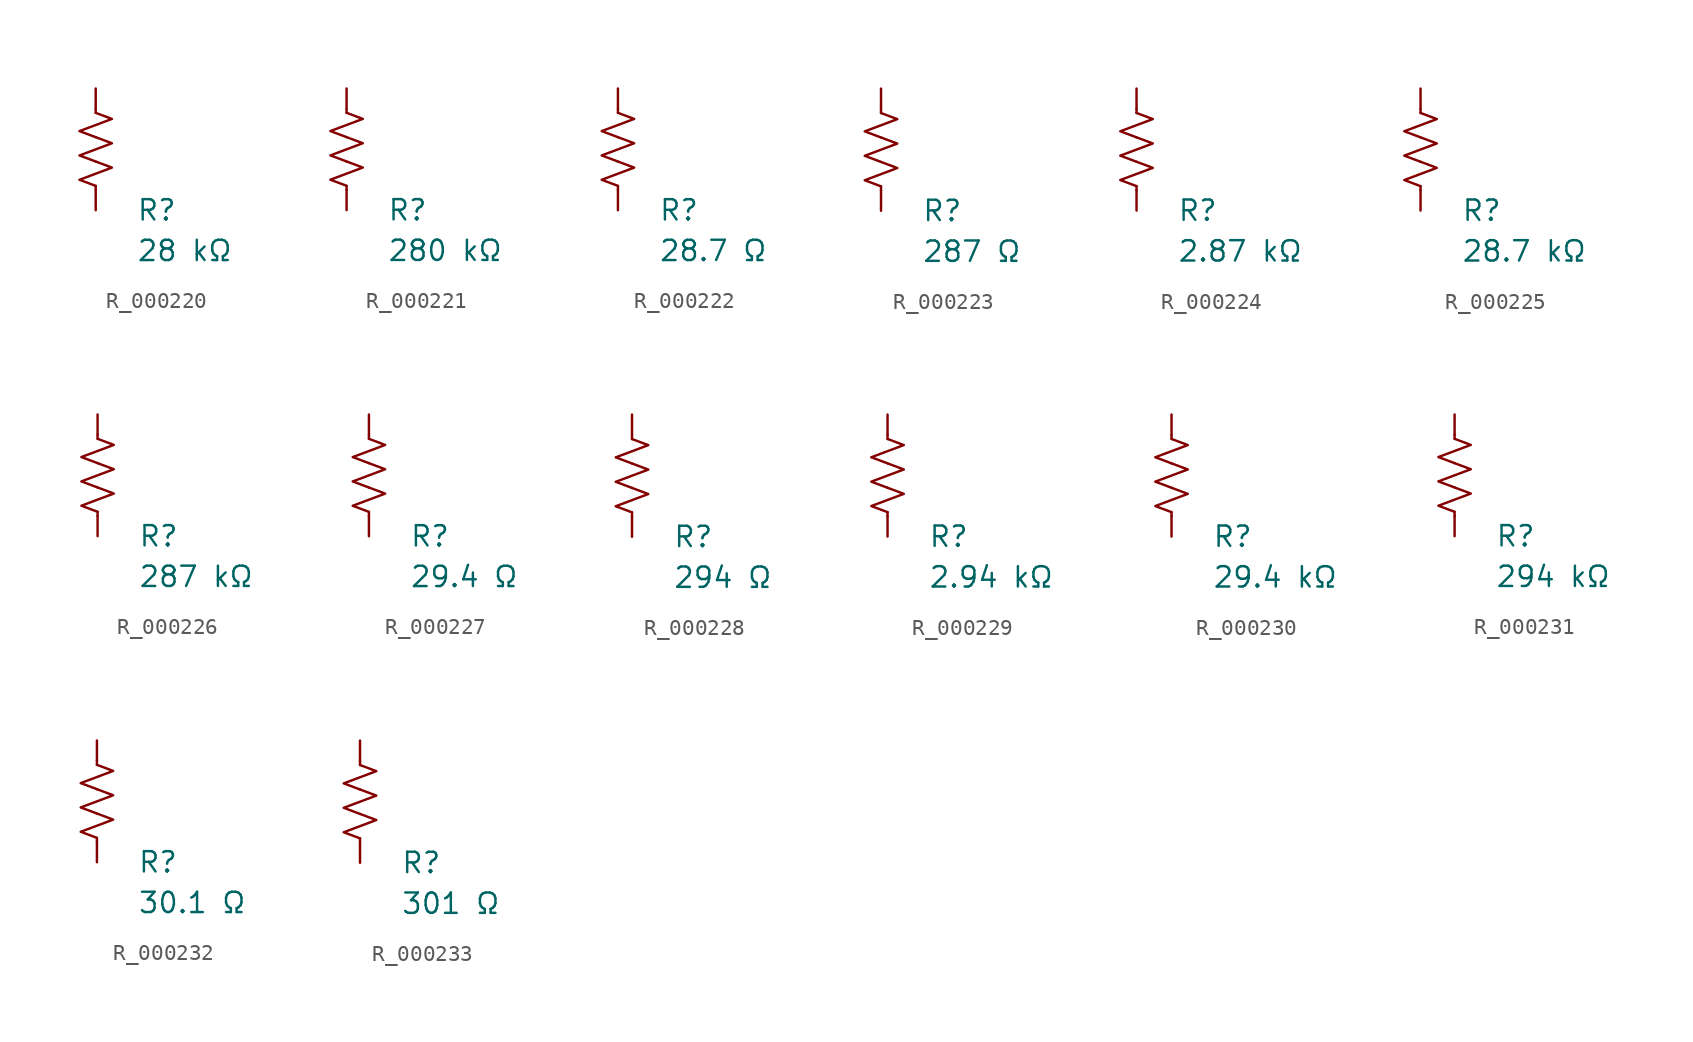
<source format=kicad_sym>
(kicad_symbol_lib
  (version 20231120)
  (generator "kicad_symbol_editor")
  (generator_version "8.0")
  (symbol "R_000220"
    (pin_numbers hide)
    (pin_names
      (offset 0))
    (property "Reference" "R"
      (at 2.54 -3.81 0)
      (effects (font (size 1.27 1.27)) (justify left))
      (show_name no))
    (property "Value" "28 kΩ"
      (at 2.54 -6.35 0)
      (effects (font (size 1.27 1.27)) (justify left))
      (show_name no))
    (symbol "R_000220_0_1"
      (polyline (pts (xy 0 -2.286) (xy 0 -2.54)) (stroke (width 0) (type default)) (fill (type none)))
      (polyline (pts (xy 0 2.286) (xy 0 2.54)) (stroke (width 0) (type default)) (fill (type none)))
      (polyline (pts (xy 0 -0.762) (xy 1.016 -1.143) (xy 0 -1.524) (xy -1.016 -1.905) (xy 0 -2.286)) (stroke (width 0) (type default)) (fill (type none)))
      (polyline (pts (xy 0 0.762) (xy 1.016 0.381) (xy 0 0) (xy -1.016 -0.381) (xy 0 -0.762)) (stroke (width 0) (type default)) (fill (type none)))
      (polyline (pts (xy 0 2.286) (xy 1.016 1.905) (xy 0 1.524) (xy -1.016 1.143) (xy 0 0.762)) (stroke (width 0) (type default)) (fill (type none))))
    (symbol "R_000220_1_1"
      (pin passive line (at 0 3.81 270) (length 1.27) (name "~" (effects (font (size 1.27 1.27)))) (number "1" (effects (font (size 1.27 1.27)))))
      (pin passive line (at 0 -3.81 90) (length 1.27) (name "~" (effects (font (size 1.27 1.27)))) (number "2" (effects (font (size 1.27 1.27)))))))
  (symbol "R_000221"
    (pin_numbers hide)
    (pin_names
      (offset 0))
    (property "Reference" "R"
      (at 2.54 -3.81 0)
      (effects (font (size 1.27 1.27)) (justify left))
      (show_name no))
    (property "Value" "280 kΩ"
      (at 2.54 -6.35 0)
      (effects (font (size 1.27 1.27)) (justify left))
      (show_name no))
    (symbol "R_000221_0_1"
      (polyline (pts (xy 0 -2.286) (xy 0 -2.54)) (stroke (width 0) (type default)) (fill (type none)))
      (polyline (pts (xy 0 2.286) (xy 0 2.54)) (stroke (width 0) (type default)) (fill (type none)))
      (polyline (pts (xy 0 -0.762) (xy 1.016 -1.143) (xy 0 -1.524) (xy -1.016 -1.905) (xy 0 -2.286)) (stroke (width 0) (type default)) (fill (type none)))
      (polyline (pts (xy 0 0.762) (xy 1.016 0.381) (xy 0 0) (xy -1.016 -0.381) (xy 0 -0.762)) (stroke (width 0) (type default)) (fill (type none)))
      (polyline (pts (xy 0 2.286) (xy 1.016 1.905) (xy 0 1.524) (xy -1.016 1.143) (xy 0 0.762)) (stroke (width 0) (type default)) (fill (type none))))
    (symbol "R_000221_1_1"
      (pin passive line (at 0 3.81 270) (length 1.27) (name "~" (effects (font (size 1.27 1.27)))) (number "1" (effects (font (size 1.27 1.27)))))
      (pin passive line (at 0 -3.81 90) (length 1.27) (name "~" (effects (font (size 1.27 1.27)))) (number "2" (effects (font (size 1.27 1.27)))))))
  (symbol "R_000222"
    (pin_numbers hide)
    (pin_names
      (offset 0))
    (property "Reference" "R"
      (at 2.54 -3.81 0)
      (effects (font (size 1.27 1.27)) (justify left))
      (show_name no))
    (property "Value" "28.7 Ω"
      (at 2.54 -6.35 0)
      (effects (font (size 1.27 1.27)) (justify left))
      (show_name no))
    (symbol "R_000222_0_1"
      (polyline (pts (xy 0 -2.286) (xy 0 -2.54)) (stroke (width 0) (type default)) (fill (type none)))
      (polyline (pts (xy 0 2.286) (xy 0 2.54)) (stroke (width 0) (type default)) (fill (type none)))
      (polyline (pts (xy 0 -0.762) (xy 1.016 -1.143) (xy 0 -1.524) (xy -1.016 -1.905) (xy 0 -2.286)) (stroke (width 0) (type default)) (fill (type none)))
      (polyline (pts (xy 0 0.762) (xy 1.016 0.381) (xy 0 0) (xy -1.016 -0.381) (xy 0 -0.762)) (stroke (width 0) (type default)) (fill (type none)))
      (polyline (pts (xy 0 2.286) (xy 1.016 1.905) (xy 0 1.524) (xy -1.016 1.143) (xy 0 0.762)) (stroke (width 0) (type default)) (fill (type none))))
    (symbol "R_000222_1_1"
      (pin passive line (at 0 3.81 270) (length 1.27) (name "~" (effects (font (size 1.27 1.27)))) (number "1" (effects (font (size 1.27 1.27)))))
      (pin passive line (at 0 -3.81 90) (length 1.27) (name "~" (effects (font (size 1.27 1.27)))) (number "2" (effects (font (size 1.27 1.27)))))))
  (symbol "R_000223"
    (pin_numbers hide)
    (pin_names
      (offset 0))
    (property "Reference" "R"
      (at 2.54 -3.81 0)
      (effects (font (size 1.27 1.27)) (justify left))
      (show_name no))
    (property "Value" "287 Ω"
      (at 2.54 -6.35 0)
      (effects (font (size 1.27 1.27)) (justify left))
      (show_name no))
    (symbol "R_000223_0_1"
      (polyline (pts (xy 0 -2.286) (xy 0 -2.54)) (stroke (width 0) (type default)) (fill (type none)))
      (polyline (pts (xy 0 2.286) (xy 0 2.54)) (stroke (width 0) (type default)) (fill (type none)))
      (polyline (pts (xy 0 -0.762) (xy 1.016 -1.143) (xy 0 -1.524) (xy -1.016 -1.905) (xy 0 -2.286)) (stroke (width 0) (type default)) (fill (type none)))
      (polyline (pts (xy 0 0.762) (xy 1.016 0.381) (xy 0 0) (xy -1.016 -0.381) (xy 0 -0.762)) (stroke (width 0) (type default)) (fill (type none)))
      (polyline (pts (xy 0 2.286) (xy 1.016 1.905) (xy 0 1.524) (xy -1.016 1.143) (xy 0 0.762)) (stroke (width 0) (type default)) (fill (type none))))
    (symbol "R_000223_1_1"
      (pin passive line (at 0 3.81 270) (length 1.27) (name "~" (effects (font (size 1.27 1.27)))) (number "1" (effects (font (size 1.27 1.27)))))
      (pin passive line (at 0 -3.81 90) (length 1.27) (name "~" (effects (font (size 1.27 1.27)))) (number "2" (effects (font (size 1.27 1.27)))))))
  (symbol "R_000224"
    (pin_numbers hide)
    (pin_names
      (offset 0))
    (property "Reference" "R"
      (at 2.54 -3.81 0)
      (effects (font (size 1.27 1.27)) (justify left))
      (show_name no))
    (property "Value" "2.87 kΩ"
      (at 2.54 -6.35 0)
      (effects (font (size 1.27 1.27)) (justify left))
      (show_name no))
    (symbol "R_000224_0_1"
      (polyline (pts (xy 0 -2.286) (xy 0 -2.54)) (stroke (width 0) (type default)) (fill (type none)))
      (polyline (pts (xy 0 2.286) (xy 0 2.54)) (stroke (width 0) (type default)) (fill (type none)))
      (polyline (pts (xy 0 -0.762) (xy 1.016 -1.143) (xy 0 -1.524) (xy -1.016 -1.905) (xy 0 -2.286)) (stroke (width 0) (type default)) (fill (type none)))
      (polyline (pts (xy 0 0.762) (xy 1.016 0.381) (xy 0 0) (xy -1.016 -0.381) (xy 0 -0.762)) (stroke (width 0) (type default)) (fill (type none)))
      (polyline (pts (xy 0 2.286) (xy 1.016 1.905) (xy 0 1.524) (xy -1.016 1.143) (xy 0 0.762)) (stroke (width 0) (type default)) (fill (type none))))
    (symbol "R_000224_1_1"
      (pin passive line (at 0 3.81 270) (length 1.27) (name "~" (effects (font (size 1.27 1.27)))) (number "1" (effects (font (size 1.27 1.27)))))
      (pin passive line (at 0 -3.81 90) (length 1.27) (name "~" (effects (font (size 1.27 1.27)))) (number "2" (effects (font (size 1.27 1.27)))))))
  (symbol "R_000225"
    (pin_numbers hide)
    (pin_names
      (offset 0))
    (property "Reference" "R"
      (at 2.54 -3.81 0)
      (effects (font (size 1.27 1.27)) (justify left))
      (show_name no))
    (property "Value" "28.7 kΩ"
      (at 2.54 -6.35 0)
      (effects (font (size 1.27 1.27)) (justify left))
      (show_name no))
    (symbol "R_000225_0_1"
      (polyline (pts (xy 0 -2.286) (xy 0 -2.54)) (stroke (width 0) (type default)) (fill (type none)))
      (polyline (pts (xy 0 2.286) (xy 0 2.54)) (stroke (width 0) (type default)) (fill (type none)))
      (polyline (pts (xy 0 -0.762) (xy 1.016 -1.143) (xy 0 -1.524) (xy -1.016 -1.905) (xy 0 -2.286)) (stroke (width 0) (type default)) (fill (type none)))
      (polyline (pts (xy 0 0.762) (xy 1.016 0.381) (xy 0 0) (xy -1.016 -0.381) (xy 0 -0.762)) (stroke (width 0) (type default)) (fill (type none)))
      (polyline (pts (xy 0 2.286) (xy 1.016 1.905) (xy 0 1.524) (xy -1.016 1.143) (xy 0 0.762)) (stroke (width 0) (type default)) (fill (type none))))
    (symbol "R_000225_1_1"
      (pin passive line (at 0 3.81 270) (length 1.27) (name "~" (effects (font (size 1.27 1.27)))) (number "1" (effects (font (size 1.27 1.27)))))
      (pin passive line (at 0 -3.81 90) (length 1.27) (name "~" (effects (font (size 1.27 1.27)))) (number "2" (effects (font (size 1.27 1.27)))))))
  (symbol "R_000226"
    (pin_numbers hide)
    (pin_names
      (offset 0))
    (property "Reference" "R"
      (at 2.54 -3.81 0)
      (effects (font (size 1.27 1.27)) (justify left))
      (show_name no))
    (property "Value" "287 kΩ"
      (at 2.54 -6.35 0)
      (effects (font (size 1.27 1.27)) (justify left))
      (show_name no))
    (symbol "R_000226_0_1"
      (polyline (pts (xy 0 -2.286) (xy 0 -2.54)) (stroke (width 0) (type default)) (fill (type none)))
      (polyline (pts (xy 0 2.286) (xy 0 2.54)) (stroke (width 0) (type default)) (fill (type none)))
      (polyline (pts (xy 0 -0.762) (xy 1.016 -1.143) (xy 0 -1.524) (xy -1.016 -1.905) (xy 0 -2.286)) (stroke (width 0) (type default)) (fill (type none)))
      (polyline (pts (xy 0 0.762) (xy 1.016 0.381) (xy 0 0) (xy -1.016 -0.381) (xy 0 -0.762)) (stroke (width 0) (type default)) (fill (type none)))
      (polyline (pts (xy 0 2.286) (xy 1.016 1.905) (xy 0 1.524) (xy -1.016 1.143) (xy 0 0.762)) (stroke (width 0) (type default)) (fill (type none))))
    (symbol "R_000226_1_1"
      (pin passive line (at 0 3.81 270) (length 1.27) (name "~" (effects (font (size 1.27 1.27)))) (number "1" (effects (font (size 1.27 1.27)))))
      (pin passive line (at 0 -3.81 90) (length 1.27) (name "~" (effects (font (size 1.27 1.27)))) (number "2" (effects (font (size 1.27 1.27)))))))
  (symbol "R_000227"
    (pin_numbers hide)
    (pin_names
      (offset 0))
    (property "Reference" "R"
      (at 2.54 -3.81 0)
      (effects (font (size 1.27 1.27)) (justify left))
      (show_name no))
    (property "Value" "29.4 Ω"
      (at 2.54 -6.35 0)
      (effects (font (size 1.27 1.27)) (justify left))
      (show_name no))
    (symbol "R_000227_0_1"
      (polyline (pts (xy 0 -2.286) (xy 0 -2.54)) (stroke (width 0) (type default)) (fill (type none)))
      (polyline (pts (xy 0 2.286) (xy 0 2.54)) (stroke (width 0) (type default)) (fill (type none)))
      (polyline (pts (xy 0 -0.762) (xy 1.016 -1.143) (xy 0 -1.524) (xy -1.016 -1.905) (xy 0 -2.286)) (stroke (width 0) (type default)) (fill (type none)))
      (polyline (pts (xy 0 0.762) (xy 1.016 0.381) (xy 0 0) (xy -1.016 -0.381) (xy 0 -0.762)) (stroke (width 0) (type default)) (fill (type none)))
      (polyline (pts (xy 0 2.286) (xy 1.016 1.905) (xy 0 1.524) (xy -1.016 1.143) (xy 0 0.762)) (stroke (width 0) (type default)) (fill (type none))))
    (symbol "R_000227_1_1"
      (pin passive line (at 0 3.81 270) (length 1.27) (name "~" (effects (font (size 1.27 1.27)))) (number "1" (effects (font (size 1.27 1.27)))))
      (pin passive line (at 0 -3.81 90) (length 1.27) (name "~" (effects (font (size 1.27 1.27)))) (number "2" (effects (font (size 1.27 1.27)))))))
  (symbol "R_000228"
    (pin_numbers hide)
    (pin_names
      (offset 0))
    (property "Reference" "R"
      (at 2.54 -3.81 0)
      (effects (font (size 1.27 1.27)) (justify left))
      (show_name no))
    (property "Value" "294 Ω"
      (at 2.54 -6.35 0)
      (effects (font (size 1.27 1.27)) (justify left))
      (show_name no))
    (symbol "R_000228_0_1"
      (polyline (pts (xy 0 -2.286) (xy 0 -2.54)) (stroke (width 0) (type default)) (fill (type none)))
      (polyline (pts (xy 0 2.286) (xy 0 2.54)) (stroke (width 0) (type default)) (fill (type none)))
      (polyline (pts (xy 0 -0.762) (xy 1.016 -1.143) (xy 0 -1.524) (xy -1.016 -1.905) (xy 0 -2.286)) (stroke (width 0) (type default)) (fill (type none)))
      (polyline (pts (xy 0 0.762) (xy 1.016 0.381) (xy 0 0) (xy -1.016 -0.381) (xy 0 -0.762)) (stroke (width 0) (type default)) (fill (type none)))
      (polyline (pts (xy 0 2.286) (xy 1.016 1.905) (xy 0 1.524) (xy -1.016 1.143) (xy 0 0.762)) (stroke (width 0) (type default)) (fill (type none))))
    (symbol "R_000228_1_1"
      (pin passive line (at 0 3.81 270) (length 1.27) (name "~" (effects (font (size 1.27 1.27)))) (number "1" (effects (font (size 1.27 1.27)))))
      (pin passive line (at 0 -3.81 90) (length 1.27) (name "~" (effects (font (size 1.27 1.27)))) (number "2" (effects (font (size 1.27 1.27)))))))
  (symbol "R_000229"
    (pin_numbers hide)
    (pin_names
      (offset 0))
    (property "Reference" "R"
      (at 2.54 -3.81 0)
      (effects (font (size 1.27 1.27)) (justify left))
      (show_name no))
    (property "Value" "2.94 kΩ"
      (at 2.54 -6.35 0)
      (effects (font (size 1.27 1.27)) (justify left))
      (show_name no))
    (symbol "R_000229_0_1"
      (polyline (pts (xy 0 -2.286) (xy 0 -2.54)) (stroke (width 0) (type default)) (fill (type none)))
      (polyline (pts (xy 0 2.286) (xy 0 2.54)) (stroke (width 0) (type default)) (fill (type none)))
      (polyline (pts (xy 0 -0.762) (xy 1.016 -1.143) (xy 0 -1.524) (xy -1.016 -1.905) (xy 0 -2.286)) (stroke (width 0) (type default)) (fill (type none)))
      (polyline (pts (xy 0 0.762) (xy 1.016 0.381) (xy 0 0) (xy -1.016 -0.381) (xy 0 -0.762)) (stroke (width 0) (type default)) (fill (type none)))
      (polyline (pts (xy 0 2.286) (xy 1.016 1.905) (xy 0 1.524) (xy -1.016 1.143) (xy 0 0.762)) (stroke (width 0) (type default)) (fill (type none))))
    (symbol "R_000229_1_1"
      (pin passive line (at 0 3.81 270) (length 1.27) (name "~" (effects (font (size 1.27 1.27)))) (number "1" (effects (font (size 1.27 1.27)))))
      (pin passive line (at 0 -3.81 90) (length 1.27) (name "~" (effects (font (size 1.27 1.27)))) (number "2" (effects (font (size 1.27 1.27)))))))
  (symbol "R_000230"
    (pin_numbers hide)
    (pin_names
      (offset 0))
    (property "Reference" "R"
      (at 2.54 -3.81 0)
      (effects (font (size 1.27 1.27)) (justify left))
      (show_name no))
    (property "Value" "29.4 kΩ"
      (at 2.54 -6.35 0)
      (effects (font (size 1.27 1.27)) (justify left))
      (show_name no))
    (symbol "R_000230_0_1"
      (polyline (pts (xy 0 -2.286) (xy 0 -2.54)) (stroke (width 0) (type default)) (fill (type none)))
      (polyline (pts (xy 0 2.286) (xy 0 2.54)) (stroke (width 0) (type default)) (fill (type none)))
      (polyline (pts (xy 0 -0.762) (xy 1.016 -1.143) (xy 0 -1.524) (xy -1.016 -1.905) (xy 0 -2.286)) (stroke (width 0) (type default)) (fill (type none)))
      (polyline (pts (xy 0 0.762) (xy 1.016 0.381) (xy 0 0) (xy -1.016 -0.381) (xy 0 -0.762)) (stroke (width 0) (type default)) (fill (type none)))
      (polyline (pts (xy 0 2.286) (xy 1.016 1.905) (xy 0 1.524) (xy -1.016 1.143) (xy 0 0.762)) (stroke (width 0) (type default)) (fill (type none))))
    (symbol "R_000230_1_1"
      (pin passive line (at 0 3.81 270) (length 1.27) (name "~" (effects (font (size 1.27 1.27)))) (number "1" (effects (font (size 1.27 1.27)))))
      (pin passive line (at 0 -3.81 90) (length 1.27) (name "~" (effects (font (size 1.27 1.27)))) (number "2" (effects (font (size 1.27 1.27)))))))
  (symbol "R_000231"
    (pin_numbers hide)
    (pin_names
      (offset 0))
    (property "Reference" "R"
      (at 2.54 -3.81 0)
      (effects (font (size 1.27 1.27)) (justify left))
      (show_name no))
    (property "Value" "294 kΩ"
      (at 2.54 -6.35 0)
      (effects (font (size 1.27 1.27)) (justify left))
      (show_name no))
    (symbol "R_000231_0_1"
      (polyline (pts (xy 0 -2.286) (xy 0 -2.54)) (stroke (width 0) (type default)) (fill (type none)))
      (polyline (pts (xy 0 2.286) (xy 0 2.54)) (stroke (width 0) (type default)) (fill (type none)))
      (polyline (pts (xy 0 -0.762) (xy 1.016 -1.143) (xy 0 -1.524) (xy -1.016 -1.905) (xy 0 -2.286)) (stroke (width 0) (type default)) (fill (type none)))
      (polyline (pts (xy 0 0.762) (xy 1.016 0.381) (xy 0 0) (xy -1.016 -0.381) (xy 0 -0.762)) (stroke (width 0) (type default)) (fill (type none)))
      (polyline (pts (xy 0 2.286) (xy 1.016 1.905) (xy 0 1.524) (xy -1.016 1.143) (xy 0 0.762)) (stroke (width 0) (type default)) (fill (type none))))
    (symbol "R_000231_1_1"
      (pin passive line (at 0 3.81 270) (length 1.27) (name "~" (effects (font (size 1.27 1.27)))) (number "1" (effects (font (size 1.27 1.27)))))
      (pin passive line (at 0 -3.81 90) (length 1.27) (name "~" (effects (font (size 1.27 1.27)))) (number "2" (effects (font (size 1.27 1.27)))))))
  (symbol "R_000232"
    (pin_numbers hide)
    (pin_names
      (offset 0))
    (property "Reference" "R"
      (at 2.54 -3.81 0)
      (effects (font (size 1.27 1.27)) (justify left))
      (show_name no))
    (property "Value" "30.1 Ω"
      (at 2.54 -6.35 0)
      (effects (font (size 1.27 1.27)) (justify left))
      (show_name no))
    (symbol "R_000232_0_1"
      (polyline (pts (xy 0 -2.286) (xy 0 -2.54)) (stroke (width 0) (type default)) (fill (type none)))
      (polyline (pts (xy 0 2.286) (xy 0 2.54)) (stroke (width 0) (type default)) (fill (type none)))
      (polyline (pts (xy 0 -0.762) (xy 1.016 -1.143) (xy 0 -1.524) (xy -1.016 -1.905) (xy 0 -2.286)) (stroke (width 0) (type default)) (fill (type none)))
      (polyline (pts (xy 0 0.762) (xy 1.016 0.381) (xy 0 0) (xy -1.016 -0.381) (xy 0 -0.762)) (stroke (width 0) (type default)) (fill (type none)))
      (polyline (pts (xy 0 2.286) (xy 1.016 1.905) (xy 0 1.524) (xy -1.016 1.143) (xy 0 0.762)) (stroke (width 0) (type default)) (fill (type none))))
    (symbol "R_000232_1_1"
      (pin passive line (at 0 3.81 270) (length 1.27) (name "~" (effects (font (size 1.27 1.27)))) (number "1" (effects (font (size 1.27 1.27)))))
      (pin passive line (at 0 -3.81 90) (length 1.27) (name "~" (effects (font (size 1.27 1.27)))) (number "2" (effects (font (size 1.27 1.27)))))))
  (symbol "R_000233"
    (pin_numbers hide)
    (pin_names
      (offset 0))
    (property "Reference" "R"
      (at 2.54 -3.81 0)
      (effects (font (size 1.27 1.27)) (justify left))
      (show_name no))
    (property "Value" "301 Ω"
      (at 2.54 -6.35 0)
      (effects (font (size 1.27 1.27)) (justify left))
      (show_name no))
    (symbol "R_000233_0_1"
      (polyline (pts (xy 0 -2.286) (xy 0 -2.54)) (stroke (width 0) (type default)) (fill (type none)))
      (polyline (pts (xy 0 2.286) (xy 0 2.54)) (stroke (width 0) (type default)) (fill (type none)))
      (polyline (pts (xy 0 -0.762) (xy 1.016 -1.143) (xy 0 -1.524) (xy -1.016 -1.905) (xy 0 -2.286)) (stroke (width 0) (type default)) (fill (type none)))
      (polyline (pts (xy 0 0.762) (xy 1.016 0.381) (xy 0 0) (xy -1.016 -0.381) (xy 0 -0.762)) (stroke (width 0) (type default)) (fill (type none)))
      (polyline (pts (xy 0 2.286) (xy 1.016 1.905) (xy 0 1.524) (xy -1.016 1.143) (xy 0 0.762)) (stroke (width 0) (type default)) (fill (type none))))
    (symbol "R_000233_1_1"
      (pin passive line (at 0 3.81 270) (length 1.27) (name "~" (effects (font (size 1.27 1.27)))) (number "1" (effects (font (size 1.27 1.27)))))
      (pin passive line (at 0 -3.81 90) (length 1.27) (name "~" (effects (font (size 1.27 1.27)))) (number "2" (effects (font (size 1.27 1.27))))))))
</source>
